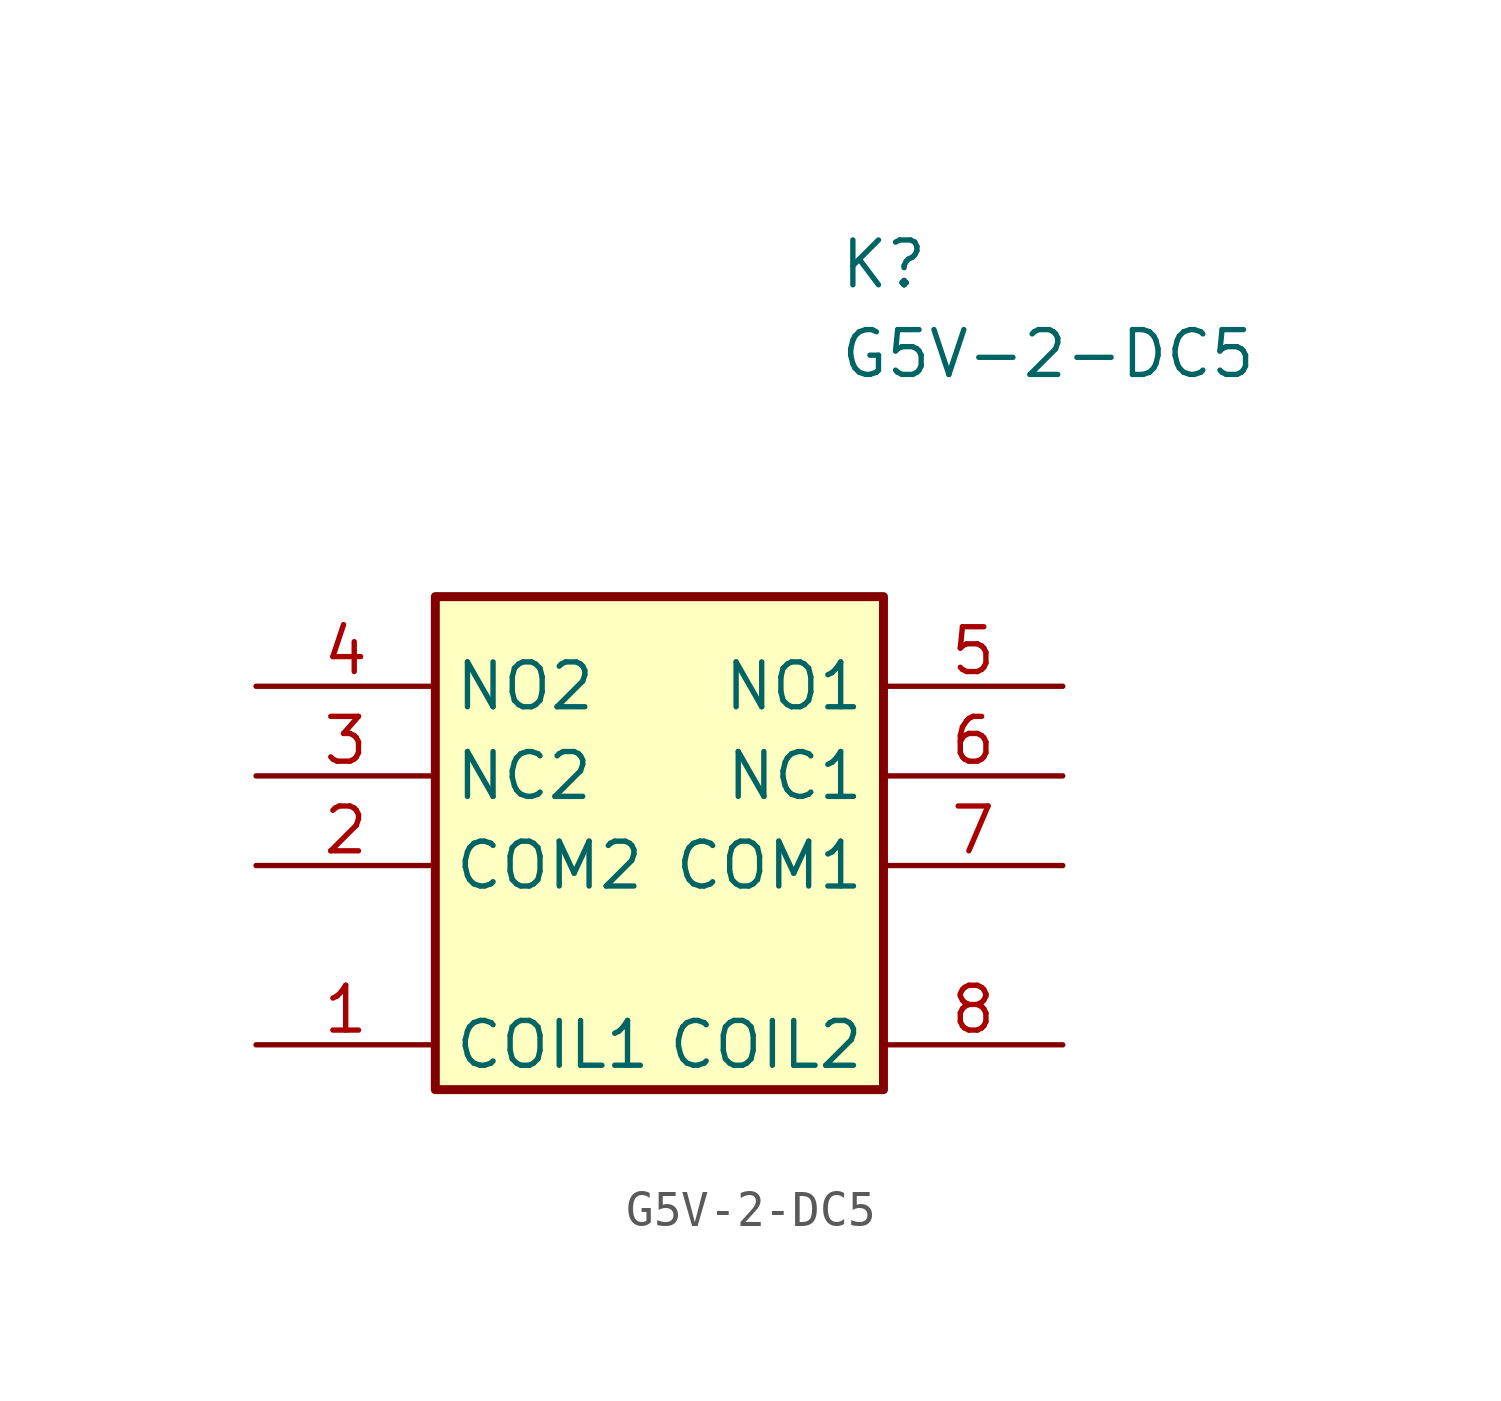
<source format=kicad_sym>
(kicad_symbol_lib
  (version 20220914)
  (generator kicad_symbol_editor)
  (symbol "G5V-2-DC5"
    (property "Reference" "K"
      (at 16.51 7.62 0)
      (effects (font (size 1.27 1.27)) (justify left top)))
    (property "Value" "G5V-2-DC5"
      (at 16.51 5.08 0)
      (effects (font (size 1.27 1.27)) (justify left top)))
    (symbol "G5V-2-DC5_1_1"
      (rectangle (start 5.08 -2.54) (end 17.78 -16.51) (stroke (width 0.254) (type default)) (fill (type background)))
      (pin passive line (at 0 -15.24 0) (length 5.08) (name "COIL1" (effects (font (size 1.27 1.27)))) (number "1" (effects (font (size 1.27 1.27)))))
      (pin passive line (at 0 -10.16 0) (length 5.08) (name "COM2" (effects (font (size 1.27 1.27)))) (number "2" (effects (font (size 1.27 1.27)))))
      (pin passive line (at 0 -7.62 0) (length 5.08) (name "NC2" (effects (font (size 1.27 1.27)))) (number "3" (effects (font (size 1.27 1.27)))))
      (pin passive line (at 0 -5.08 0) (length 5.08) (name "NO2" (effects (font (size 1.27 1.27)))) (number "4" (effects (font (size 1.27 1.27)))))
      (pin passive line (at 22.86 -5.08 180) (length 5.08) (name "NO1" (effects (font (size 1.27 1.27)))) (number "5" (effects (font (size 1.27 1.27)))))
      (pin passive line (at 22.86 -7.62 180) (length 5.08) (name "NC1" (effects (font (size 1.27 1.27)))) (number "6" (effects (font (size 1.27 1.27)))))
      (pin passive line (at 22.86 -10.16 180) (length 5.08) (name "COM1" (effects (font (size 1.27 1.27)))) (number "7" (effects (font (size 1.27 1.27)))))
      (pin passive line (at 22.86 -15.24 180) (length 5.08) (name "COIL2" (effects (font (size 1.27 1.27)))) (number "8" (effects (font (size 1.27 1.27))))))))
</source>
